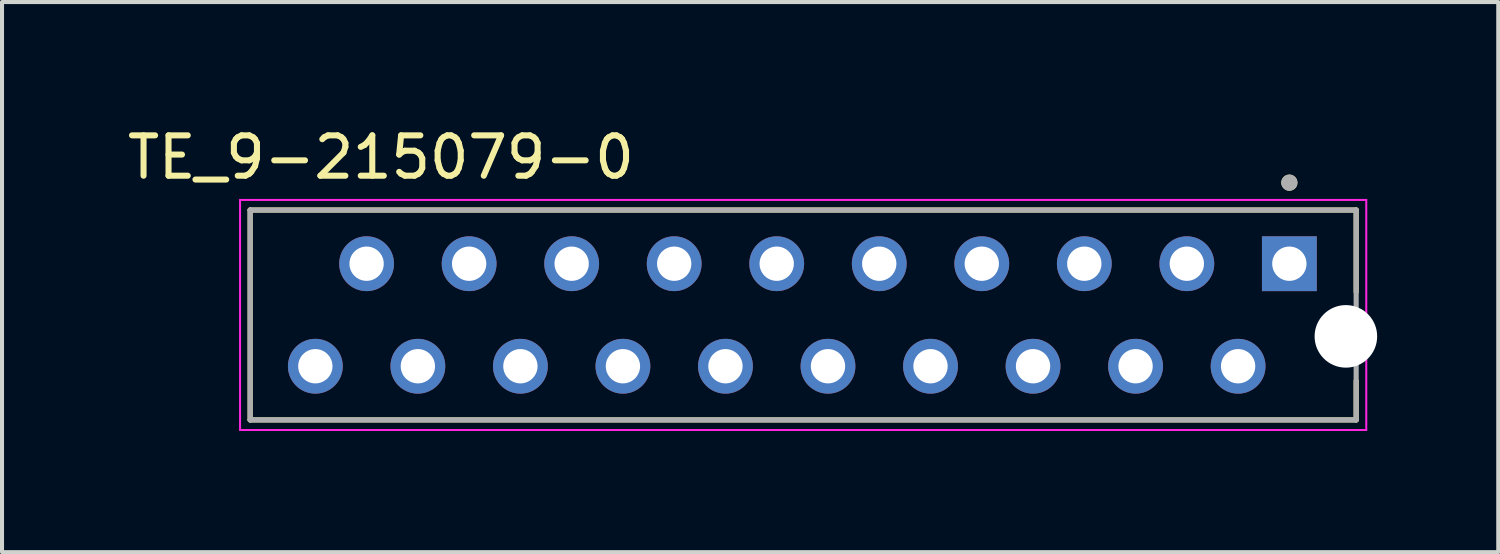
<source format=kicad_pcb>
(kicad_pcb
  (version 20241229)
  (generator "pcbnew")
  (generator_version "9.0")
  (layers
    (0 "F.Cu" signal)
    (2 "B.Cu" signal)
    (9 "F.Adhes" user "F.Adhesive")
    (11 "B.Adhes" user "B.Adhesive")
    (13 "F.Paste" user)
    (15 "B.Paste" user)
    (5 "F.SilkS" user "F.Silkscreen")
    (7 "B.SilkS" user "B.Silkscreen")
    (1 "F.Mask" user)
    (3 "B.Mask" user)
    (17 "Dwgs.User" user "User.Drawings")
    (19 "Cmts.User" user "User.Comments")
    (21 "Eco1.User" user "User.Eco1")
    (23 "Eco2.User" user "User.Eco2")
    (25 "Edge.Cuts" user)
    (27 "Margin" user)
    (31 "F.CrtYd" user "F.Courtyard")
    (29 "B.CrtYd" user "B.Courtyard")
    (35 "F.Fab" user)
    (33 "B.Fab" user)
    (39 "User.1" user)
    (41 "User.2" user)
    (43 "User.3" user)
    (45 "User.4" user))
  (footprint "TE_9-215079-0"
    (layer "F.Cu")
    (at 28.892 3.483)
    (property "Reference" "TE_9-215079-0" (at -22.505 -2.635 0) (layer "F.SilkS") (effects (font (size 1 1) (thickness 0.15))))
    (attr through_hole)
    (fp_line (start -25.745 -1.33) (end 1.655 -1.33) (stroke (width 0.127) (type solid)) (layer "F.SilkS"))
    (fp_line (start -25.745 3.87) (end -25.745 -1.33) (stroke (width 0.127) (type solid)) (layer "F.SilkS"))
    (fp_line (start 1.655 -1.33) (end 1.655 0.7) (stroke (width 0.127) (type solid)) (layer "F.SilkS"))
    (fp_line (start 1.655 2.9) (end 1.655 3.87) (stroke (width 0.127) (type solid)) (layer "F.SilkS"))
    (fp_line (start 1.655 3.87) (end -25.745 3.87) (stroke (width 0.127) (type solid)) (layer "F.SilkS"))
    (fp_circle (center 0 -2.008) (end 0.1 -2.008) (stroke (width 0.2) (type solid)) (fill no) (layer "F.SilkS"))
    (fp_line (start -25.995 -1.58) (end 1.905 -1.58) (stroke (width 0.05) (type solid)) (layer "F.CrtYd"))
    (fp_line (start -25.995 4.12) (end -25.995 -1.58) (stroke (width 0.05) (type solid)) (layer "F.CrtYd"))
    (fp_line (start 1.905 -1.58) (end 1.905 4.12) (stroke (width 0.05) (type solid)) (layer "F.CrtYd"))
    (fp_line (start 1.905 4.12) (end -25.995 4.12) (stroke (width 0.05) (type solid)) (layer "F.CrtYd"))
    (fp_line (start -25.745 -1.33) (end 1.655 -1.33) (stroke (width 0.127) (type solid)) (layer "F.Fab"))
    (fp_line (start -25.745 3.87) (end -25.745 -1.33) (stroke (width 0.127) (type solid)) (layer "F.Fab"))
    (fp_line (start 1.655 -1.33) (end 1.655 3.87) (stroke (width 0.127) (type solid)) (layer "F.Fab"))
    (fp_line (start 1.655 3.87) (end -25.745 3.87) (stroke (width 0.127) (type solid)) (layer "F.Fab"))
    (fp_circle (center 0 -2.008) (end 0.1 -2.008) (stroke (width 0.2) (type solid)) (fill no) (layer "F.Fab"))
    (pad "" np_thru_hole circle (at 1.4 1.8) (size 1.55 1.55) (drill 1.55) (layers "*.Cu" "*.Mask"))
    (pad "1" thru_hole rect (at 0 0) (size 1.358 1.358) (drill 0.85) (layers "*.Cu" "*.Mask"))
    (pad "2" thru_hole circle (at -1.27 2.54) (size 1.358 1.358) (drill 0.85) (layers "*.Cu" "*.Mask"))
    (pad "3" thru_hole circle (at -2.54 0) (size 1.358 1.358) (drill 0.85) (layers "*.Cu" "*.Mask"))
    (pad "4" thru_hole circle (at -3.81 2.54) (size 1.358 1.358) (drill 0.85) (layers "*.Cu" "*.Mask"))
    (pad "5" thru_hole circle (at -5.08 0) (size 1.358 1.358) (drill 0.85) (layers "*.Cu" "*.Mask"))
    (pad "6" thru_hole circle (at -6.35 2.54) (size 1.358 1.358) (drill 0.85) (layers "*.Cu" "*.Mask"))
    (pad "7" thru_hole circle (at -7.62 0) (size 1.358 1.358) (drill 0.85) (layers "*.Cu" "*.Mask"))
    (pad "8" thru_hole circle (at -8.89 2.54) (size 1.358 1.358) (drill 0.85) (layers "*.Cu" "*.Mask"))
    (pad "9" thru_hole circle (at -10.16 0) (size 1.358 1.358) (drill 0.85) (layers "*.Cu" "*.Mask"))
    (pad "10" thru_hole circle (at -11.43 2.54) (size 1.358 1.358) (drill 0.85) (layers "*.Cu" "*.Mask"))
    (pad "11" thru_hole circle (at -12.7 0) (size 1.358 1.358) (drill 0.85) (layers "*.Cu" "*.Mask"))
    (pad "12" thru_hole circle (at -13.97 2.54) (size 1.358 1.358) (drill 0.85) (layers "*.Cu" "*.Mask"))
    (pad "13" thru_hole circle (at -15.24 0) (size 1.358 1.358) (drill 0.85) (layers "*.Cu" "*.Mask"))
    (pad "14" thru_hole circle (at -16.51 2.54) (size 1.358 1.358) (drill 0.85) (layers "*.Cu" "*.Mask"))
    (pad "15" thru_hole circle (at -17.78 0) (size 1.358 1.358) (drill 0.85) (layers "*.Cu" "*.Mask"))
    (pad "16" thru_hole circle (at -19.05 2.54) (size 1.358 1.358) (drill 0.85) (layers "*.Cu" "*.Mask"))
    (pad "17" thru_hole circle (at -20.32 0) (size 1.358 1.358) (drill 0.85) (layers "*.Cu" "*.Mask"))
    (pad "18" thru_hole circle (at -21.59 2.54) (size 1.358 1.358) (drill 0.85) (layers "*.Cu" "*.Mask"))
    (pad "19" thru_hole circle (at -22.86 0) (size 1.358 1.358) (drill 0.85) (layers "*.Cu" "*.Mask"))
    (pad "20" thru_hole circle (at -24.13 2.54) (size 1.358 1.358) (drill 0.85) (layers "*.Cu" "*.Mask")))
  (gr_rect
    (start -3 -3)
    (end 34.067 10.628)
    (stroke (width 0.1) (type default))
    (fill no)
    (layer "Edge.Cuts")))
</source>
